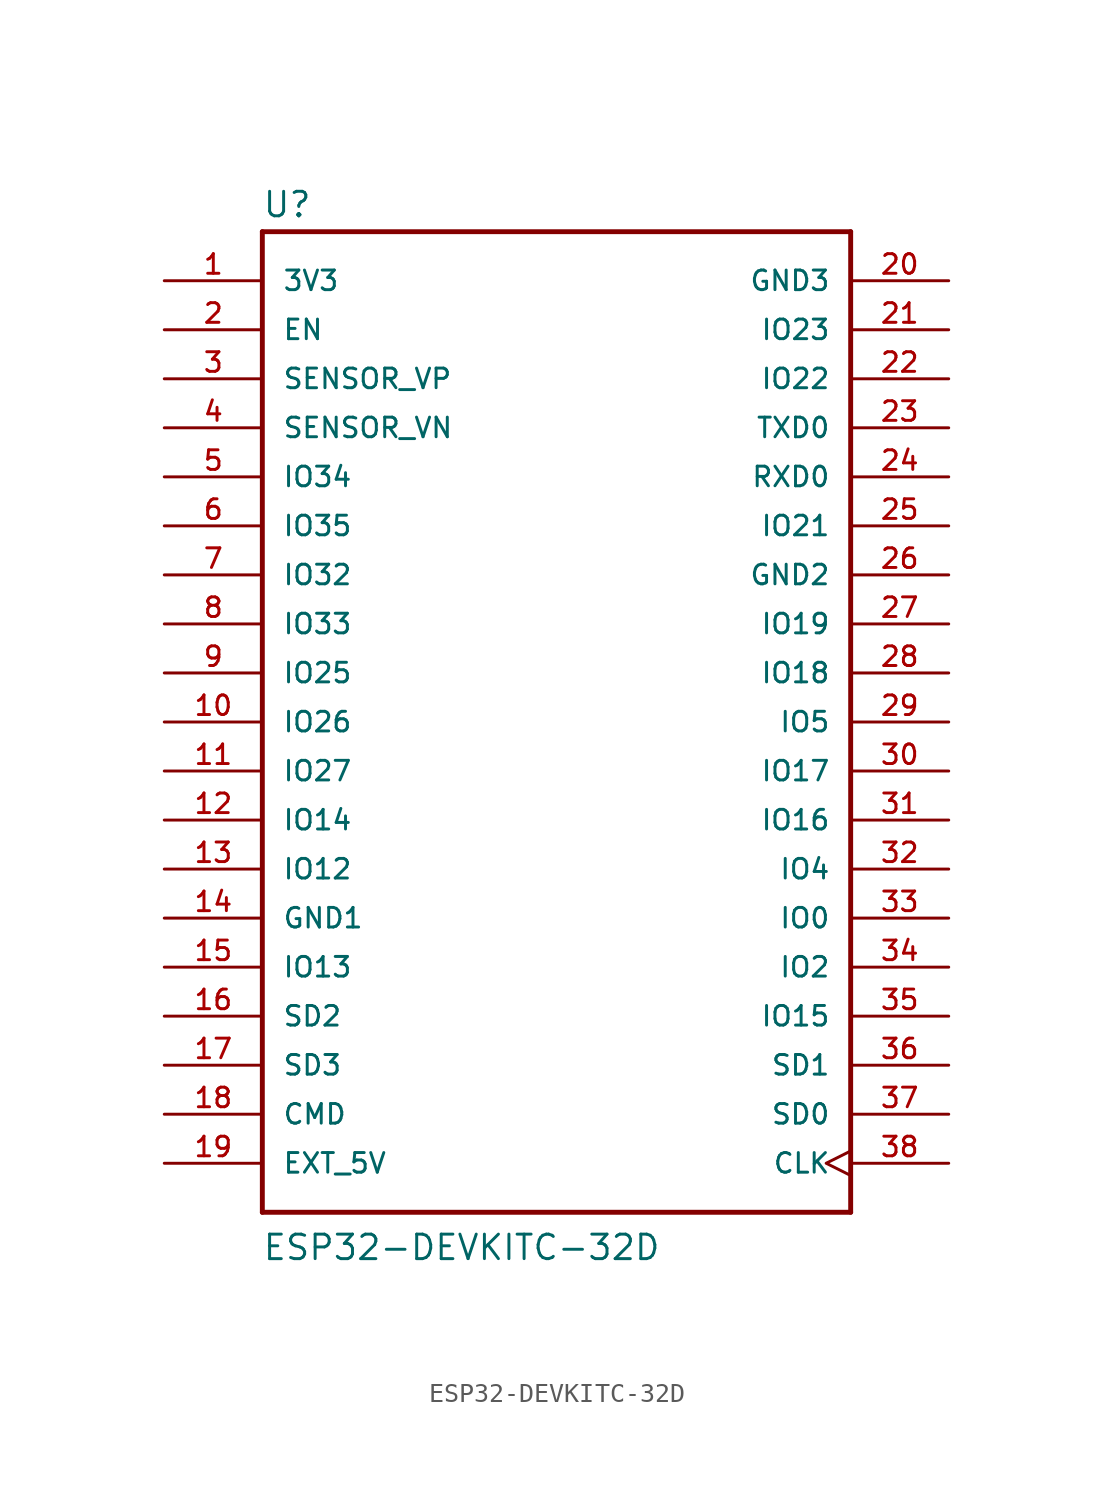
<source format=kicad_sym>
(kicad_symbol_lib
  (version 20220914)
  (generator kicad_symbol_editor)
  (symbol "ESP32-DEVKITC-32D"
    (pin_names
      (offset 1.016))
    (property "Reference" "U"
      (at -15.265 26.06 0)
      (effects (font (size 1.27 1.27)) (justify left bottom)))
    (property "Value" "ESP32-DEVKITC-32D"
      (at -15.265 -27.965 0)
      (effects (font (size 1.27 1.27)) (justify left bottom)))
    (property "ki_locked" ""
      (at 0 0 0)
      (effects (font (size 1.27 1.27))))
    (symbol "ESP32-DEVKITC-32D_0_0"
      (polyline (pts (xy -15.24 -25.4) (xy -15.24 25.4)) (stroke (width 0.254) (type solid)) (fill (type none)))
      (polyline (pts (xy -15.24 25.4) (xy 15.24 25.4)) (stroke (width 0.254) (type solid)) (fill (type none)))
      (polyline (pts (xy 15.24 -25.4) (xy -15.24 -25.4)) (stroke (width 0.254) (type solid)) (fill (type none)))
      (polyline (pts (xy 15.24 25.4) (xy 15.24 -25.4)) (stroke (width 0.254) (type solid)) (fill (type none)))
      (pin power_in line (at -20.32 22.86 0) (length 5.08) (name "3V3" (effects (font (size 1.016 1.016)))) (number "1" (effects (font (size 1.016 1.016)))))
      (pin bidirectional line (at -20.32 0 0) (length 5.08) (name "IO26" (effects (font (size 1.016 1.016)))) (number "10" (effects (font (size 1.016 1.016)))))
      (pin bidirectional line (at -20.32 -2.54 0) (length 5.08) (name "IO27" (effects (font (size 1.016 1.016)))) (number "11" (effects (font (size 1.016 1.016)))))
      (pin bidirectional line (at -20.32 -5.08 0) (length 5.08) (name "IO14" (effects (font (size 1.016 1.016)))) (number "12" (effects (font (size 1.016 1.016)))))
      (pin bidirectional line (at -20.32 -7.62 0) (length 5.08) (name "IO12" (effects (font (size 1.016 1.016)))) (number "13" (effects (font (size 1.016 1.016)))))
      (pin power_in line (at -20.32 -10.16 0) (length 5.08) (name "GND1" (effects (font (size 1.016 1.016)))) (number "14" (effects (font (size 1.016 1.016)))))
      (pin bidirectional line (at -20.32 -12.7 0) (length 5.08) (name "IO13" (effects (font (size 1.016 1.016)))) (number "15" (effects (font (size 1.016 1.016)))))
      (pin bidirectional line (at -20.32 -15.24 0) (length 5.08) (name "SD2" (effects (font (size 1.016 1.016)))) (number "16" (effects (font (size 1.016 1.016)))))
      (pin bidirectional line (at -20.32 -17.78 0) (length 5.08) (name "SD3" (effects (font (size 1.016 1.016)))) (number "17" (effects (font (size 1.016 1.016)))))
      (pin bidirectional line (at -20.32 -20.32 0) (length 5.08) (name "CMD" (effects (font (size 1.016 1.016)))) (number "18" (effects (font (size 1.016 1.016)))))
      (pin power_in line (at -20.32 -22.86 0) (length 5.08) (name "EXT_5V" (effects (font (size 1.016 1.016)))) (number "19" (effects (font (size 1.016 1.016)))))
      (pin input line (at -20.32 20.32 0) (length 5.08) (name "EN" (effects (font (size 1.016 1.016)))) (number "2" (effects (font (size 1.016 1.016)))))
      (pin power_in line (at 20.32 22.86 180) (length 5.08) (name "GND3" (effects (font (size 1.016 1.016)))) (number "20" (effects (font (size 1.016 1.016)))))
      (pin bidirectional line (at 20.32 20.32 180) (length 5.08) (name "IO23" (effects (font (size 1.016 1.016)))) (number "21" (effects (font (size 1.016 1.016)))))
      (pin bidirectional line (at 20.32 17.78 180) (length 5.08) (name "IO22" (effects (font (size 1.016 1.016)))) (number "22" (effects (font (size 1.016 1.016)))))
      (pin output line (at 20.32 15.24 180) (length 5.08) (name "TXD0" (effects (font (size 1.016 1.016)))) (number "23" (effects (font (size 1.016 1.016)))))
      (pin input line (at 20.32 12.7 180) (length 5.08) (name "RXD0" (effects (font (size 1.016 1.016)))) (number "24" (effects (font (size 1.016 1.016)))))
      (pin bidirectional line (at 20.32 10.16 180) (length 5.08) (name "IO21" (effects (font (size 1.016 1.016)))) (number "25" (effects (font (size 1.016 1.016)))))
      (pin power_in line (at 20.32 7.62 180) (length 5.08) (name "GND2" (effects (font (size 1.016 1.016)))) (number "26" (effects (font (size 1.016 1.016)))))
      (pin bidirectional line (at 20.32 5.08 180) (length 5.08) (name "IO19" (effects (font (size 1.016 1.016)))) (number "27" (effects (font (size 1.016 1.016)))))
      (pin bidirectional line (at 20.32 2.54 180) (length 5.08) (name "IO18" (effects (font (size 1.016 1.016)))) (number "28" (effects (font (size 1.016 1.016)))))
      (pin bidirectional line (at 20.32 0 180) (length 5.08) (name "IO5" (effects (font (size 1.016 1.016)))) (number "29" (effects (font (size 1.016 1.016)))))
      (pin input line (at -20.32 17.78 0) (length 5.08) (name "SENSOR_VP" (effects (font (size 1.016 1.016)))) (number "3" (effects (font (size 1.016 1.016)))))
      (pin bidirectional line (at 20.32 -2.54 180) (length 5.08) (name "IO17" (effects (font (size 1.016 1.016)))) (number "30" (effects (font (size 1.016 1.016)))))
      (pin bidirectional line (at 20.32 -5.08 180) (length 5.08) (name "IO16" (effects (font (size 1.016 1.016)))) (number "31" (effects (font (size 1.016 1.016)))))
      (pin bidirectional line (at 20.32 -7.62 180) (length 5.08) (name "IO4" (effects (font (size 1.016 1.016)))) (number "32" (effects (font (size 1.016 1.016)))))
      (pin bidirectional line (at 20.32 -10.16 180) (length 5.08) (name "IO0" (effects (font (size 1.016 1.016)))) (number "33" (effects (font (size 1.016 1.016)))))
      (pin bidirectional line (at 20.32 -12.7 180) (length 5.08) (name "IO2" (effects (font (size 1.016 1.016)))) (number "34" (effects (font (size 1.016 1.016)))))
      (pin bidirectional line (at 20.32 -15.24 180) (length 5.08) (name "IO15" (effects (font (size 1.016 1.016)))) (number "35" (effects (font (size 1.016 1.016)))))
      (pin bidirectional line (at 20.32 -17.78 180) (length 5.08) (name "SD1" (effects (font (size 1.016 1.016)))) (number "36" (effects (font (size 1.016 1.016)))))
      (pin bidirectional line (at 20.32 -20.32 180) (length 5.08) (name "SD0" (effects (font (size 1.016 1.016)))) (number "37" (effects (font (size 1.016 1.016)))))
      (pin input clock (at 20.32 -22.86 180) (length 5.08) (name "CLK" (effects (font (size 1.016 1.016)))) (number "38" (effects (font (size 1.016 1.016)))))
      (pin input line (at -20.32 15.24 0) (length 5.08) (name "SENSOR_VN" (effects (font (size 1.016 1.016)))) (number "4" (effects (font (size 1.016 1.016)))))
      (pin bidirectional line (at -20.32 12.7 0) (length 5.08) (name "IO34" (effects (font (size 1.016 1.016)))) (number "5" (effects (font (size 1.016 1.016)))))
      (pin bidirectional line (at -20.32 10.16 0) (length 5.08) (name "IO35" (effects (font (size 1.016 1.016)))) (number "6" (effects (font (size 1.016 1.016)))))
      (pin bidirectional line (at -20.32 7.62 0) (length 5.08) (name "IO32" (effects (font (size 1.016 1.016)))) (number "7" (effects (font (size 1.016 1.016)))))
      (pin bidirectional line (at -20.32 5.08 0) (length 5.08) (name "IO33" (effects (font (size 1.016 1.016)))) (number "8" (effects (font (size 1.016 1.016)))))
      (pin bidirectional line (at -20.32 2.54 0) (length 5.08) (name "IO25" (effects (font (size 1.016 1.016)))) (number "9" (effects (font (size 1.016 1.016))))))))
</source>
